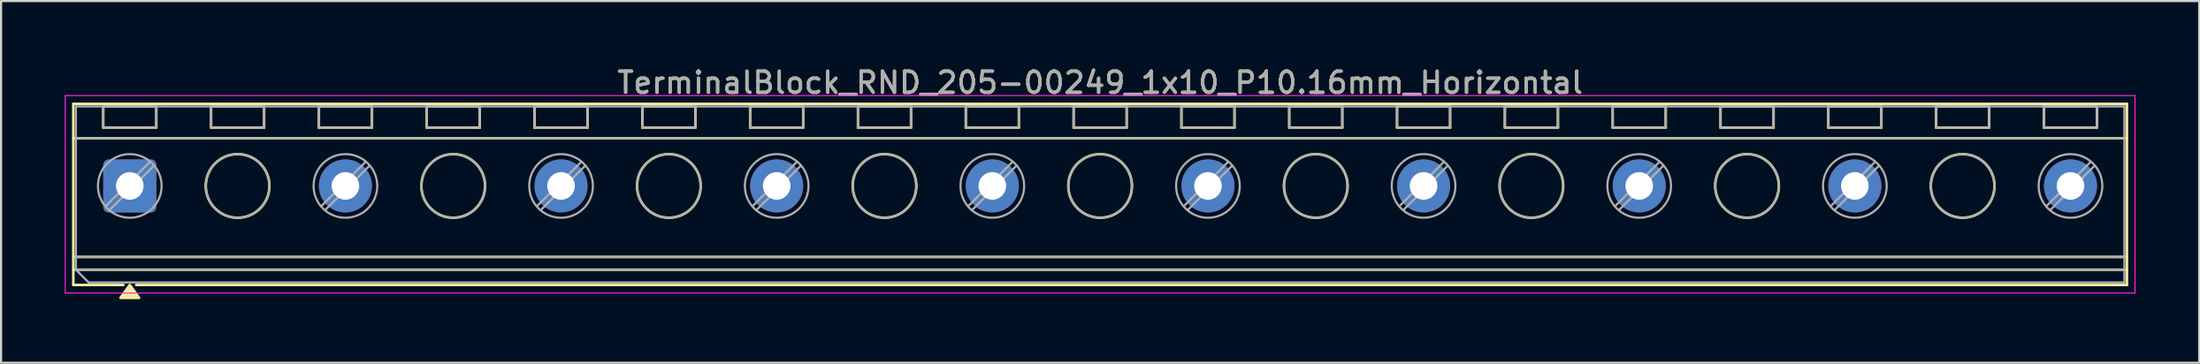
<source format=kicad_pcb>
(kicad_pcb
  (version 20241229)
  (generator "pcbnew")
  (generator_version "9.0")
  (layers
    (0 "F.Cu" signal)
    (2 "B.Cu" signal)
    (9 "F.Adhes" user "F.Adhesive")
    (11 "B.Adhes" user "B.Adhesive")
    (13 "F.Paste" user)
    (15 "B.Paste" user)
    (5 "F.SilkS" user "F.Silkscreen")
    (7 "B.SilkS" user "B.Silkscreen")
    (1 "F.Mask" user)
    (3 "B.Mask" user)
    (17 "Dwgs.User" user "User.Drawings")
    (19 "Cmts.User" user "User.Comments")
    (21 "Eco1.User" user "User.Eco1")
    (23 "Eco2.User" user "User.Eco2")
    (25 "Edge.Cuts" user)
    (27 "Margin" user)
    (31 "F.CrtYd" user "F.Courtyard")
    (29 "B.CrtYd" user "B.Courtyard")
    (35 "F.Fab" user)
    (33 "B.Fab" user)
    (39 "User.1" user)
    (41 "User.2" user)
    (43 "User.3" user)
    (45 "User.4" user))
  (footprint "TerminalBlock_RND_205-00249_1x10_P10.16mm_Horizontal"
    (layer "F.Cu")
    (at 3.065 5.718)
    (property "Reference" "TerminalBlock_RND_205-00249_1x10_P10.16mm_Horizontal" (at 45.72 -4.87 0) (layer "F.SilkS") (effects (font (size 1 1) (thickness 0.15))))
    (attr through_hole)
    (fp_line (start -2.66 -3.87) (end -2.66 4.67) (stroke (width 0.12) (type solid)) (layer "F.SilkS"))
    (fp_line (start -2.66 -3.87) (end 94.1 -3.87) (stroke (width 0.12) (type solid)) (layer "F.SilkS"))
    (fp_line (start -2.66 -2.25) (end 94.1 -2.25) (stroke (width 0.12) (type solid)) (layer "F.SilkS"))
    (fp_line (start -2.66 3.35) (end 94.1 3.35) (stroke (width 0.12) (type solid)) (layer "F.SilkS"))
    (fp_line (start -2.66 3.95) (end 94.1 3.95) (stroke (width 0.12) (type solid)) (layer "F.SilkS"))
    (fp_line (start -2.66 4.67) (end -0.3 4.67) (stroke (width 0.12) (type solid)) (layer "F.SilkS"))
    (fp_line (start -1.25 -3.75) (end -1.25 -2.75) (stroke (width 0.12) (type solid)) (layer "F.SilkS"))
    (fp_line (start -1.25 -3.75) (end 1.25 -3.75) (stroke (width 0.12) (type solid)) (layer "F.SilkS"))
    (fp_line (start -1.25 -2.75) (end 1.25 -2.75) (stroke (width 0.12) (type solid)) (layer "F.SilkS"))
    (fp_line (start 0.3 4.67) (end 94.1 4.67) (stroke (width 0.12) (type solid)) (layer "F.SilkS"))
    (fp_line (start 1.25 -3.75) (end 1.25 -2.75) (stroke (width 0.12) (type solid)) (layer "F.SilkS"))
    (fp_line (start 3.83 -3.75) (end 3.83 -2.75) (stroke (width 0.12) (type solid)) (layer "F.SilkS"))
    (fp_line (start 3.83 -3.75) (end 6.33 -3.75) (stroke (width 0.12) (type solid)) (layer "F.SilkS"))
    (fp_line (start 3.83 -2.75) (end 6.33 -2.75) (stroke (width 0.12) (type solid)) (layer "F.SilkS"))
    (fp_line (start 6.33 -3.75) (end 6.33 -2.75) (stroke (width 0.12) (type solid)) (layer "F.SilkS"))
    (fp_line (start 8.91 -3.75) (end 8.91 -2.75) (stroke (width 0.12) (type solid)) (layer "F.SilkS"))
    (fp_line (start 8.91 -3.75) (end 11.41 -3.75) (stroke (width 0.12) (type solid)) (layer "F.SilkS"))
    (fp_line (start 8.91 -2.75) (end 11.41 -2.75) (stroke (width 0.12) (type solid)) (layer "F.SilkS"))
    (fp_line (start 11.41 -3.75) (end 11.41 -2.75) (stroke (width 0.12) (type solid)) (layer "F.SilkS"))
    (fp_line (start 13.99 -3.75) (end 13.99 -2.75) (stroke (width 0.12) (type solid)) (layer "F.SilkS"))
    (fp_line (start 13.99 -3.75) (end 16.49 -3.75) (stroke (width 0.12) (type solid)) (layer "F.SilkS"))
    (fp_line (start 13.99 -2.75) (end 16.49 -2.75) (stroke (width 0.12) (type solid)) (layer "F.SilkS"))
    (fp_line (start 16.49 -3.75) (end 16.49 -2.75) (stroke (width 0.12) (type solid)) (layer "F.SilkS"))
    (fp_line (start 19.07 -3.75) (end 19.07 -2.75) (stroke (width 0.12) (type solid)) (layer "F.SilkS"))
    (fp_line (start 19.07 -3.75) (end 21.57 -3.75) (stroke (width 0.12) (type solid)) (layer "F.SilkS"))
    (fp_line (start 19.07 -2.75) (end 21.57 -2.75) (stroke (width 0.12) (type solid)) (layer "F.SilkS"))
    (fp_line (start 21.57 -3.75) (end 21.57 -2.75) (stroke (width 0.12) (type solid)) (layer "F.SilkS"))
    (fp_line (start 24.15 -3.75) (end 24.15 -2.75) (stroke (width 0.12) (type solid)) (layer "F.SilkS"))
    (fp_line (start 24.15 -3.75) (end 26.65 -3.75) (stroke (width 0.12) (type solid)) (layer "F.SilkS"))
    (fp_line (start 24.15 -2.75) (end 26.65 -2.75) (stroke (width 0.12) (type solid)) (layer "F.SilkS"))
    (fp_line (start 26.65 -3.75) (end 26.65 -2.75) (stroke (width 0.12) (type solid)) (layer "F.SilkS"))
    (fp_line (start 29.23 -3.75) (end 29.23 -2.75) (stroke (width 0.12) (type solid)) (layer "F.SilkS"))
    (fp_line (start 29.23 -3.75) (end 31.73 -3.75) (stroke (width 0.12) (type solid)) (layer "F.SilkS"))
    (fp_line (start 29.23 -2.75) (end 31.73 -2.75) (stroke (width 0.12) (type solid)) (layer "F.SilkS"))
    (fp_line (start 31.73 -3.75) (end 31.73 -2.75) (stroke (width 0.12) (type solid)) (layer "F.SilkS"))
    (fp_line (start 34.31 -3.75) (end 34.31 -2.75) (stroke (width 0.12) (type solid)) (layer "F.SilkS"))
    (fp_line (start 34.31 -3.75) (end 36.81 -3.75) (stroke (width 0.12) (type solid)) (layer "F.SilkS"))
    (fp_line (start 34.31 -2.75) (end 36.81 -2.75) (stroke (width 0.12) (type solid)) (layer "F.SilkS"))
    (fp_line (start 36.81 -3.75) (end 36.81 -2.75) (stroke (width 0.12) (type solid)) (layer "F.SilkS"))
    (fp_line (start 39.39 -3.75) (end 39.39 -2.75) (stroke (width 0.12) (type solid)) (layer "F.SilkS"))
    (fp_line (start 39.39 -3.75) (end 41.89 -3.75) (stroke (width 0.12) (type solid)) (layer "F.SilkS"))
    (fp_line (start 39.39 -2.75) (end 41.89 -2.75) (stroke (width 0.12) (type solid)) (layer "F.SilkS"))
    (fp_line (start 41.89 -3.75) (end 41.89 -2.75) (stroke (width 0.12) (type solid)) (layer "F.SilkS"))
    (fp_line (start 44.47 -3.75) (end 44.47 -2.75) (stroke (width 0.12) (type solid)) (layer "F.SilkS"))
    (fp_line (start 44.47 -3.75) (end 46.97 -3.75) (stroke (width 0.12) (type solid)) (layer "F.SilkS"))
    (fp_line (start 44.47 -2.75) (end 46.97 -2.75) (stroke (width 0.12) (type solid)) (layer "F.SilkS"))
    (fp_line (start 46.97 -3.75) (end 46.97 -2.75) (stroke (width 0.12) (type solid)) (layer "F.SilkS"))
    (fp_line (start 49.55 -3.75) (end 49.55 -2.75) (stroke (width 0.12) (type solid)) (layer "F.SilkS"))
    (fp_line (start 49.55 -3.75) (end 52.05 -3.75) (stroke (width 0.12) (type solid)) (layer "F.SilkS"))
    (fp_line (start 49.55 -2.75) (end 52.05 -2.75) (stroke (width 0.12) (type solid)) (layer "F.SilkS"))
    (fp_line (start 52.05 -3.75) (end 52.05 -2.75) (stroke (width 0.12) (type solid)) (layer "F.SilkS"))
    (fp_line (start 54.63 -3.75) (end 54.63 -2.75) (stroke (width 0.12) (type solid)) (layer "F.SilkS"))
    (fp_line (start 54.63 -3.75) (end 57.13 -3.75) (stroke (width 0.12) (type solid)) (layer "F.SilkS"))
    (fp_line (start 54.63 -2.75) (end 57.13 -2.75) (stroke (width 0.12) (type solid)) (layer "F.SilkS"))
    (fp_line (start 57.13 -3.75) (end 57.13 -2.75) (stroke (width 0.12) (type solid)) (layer "F.SilkS"))
    (fp_line (start 59.71 -3.75) (end 59.71 -2.75) (stroke (width 0.12) (type solid)) (layer "F.SilkS"))
    (fp_line (start 59.71 -3.75) (end 62.21 -3.75) (stroke (width 0.12) (type solid)) (layer "F.SilkS"))
    (fp_line (start 59.71 -2.75) (end 62.21 -2.75) (stroke (width 0.12) (type solid)) (layer "F.SilkS"))
    (fp_line (start 62.21 -3.75) (end 62.21 -2.75) (stroke (width 0.12) (type solid)) (layer "F.SilkS"))
    (fp_line (start 64.79 -3.75) (end 64.79 -2.75) (stroke (width 0.12) (type solid)) (layer "F.SilkS"))
    (fp_line (start 64.79 -3.75) (end 67.29 -3.75) (stroke (width 0.12) (type solid)) (layer "F.SilkS"))
    (fp_line (start 64.79 -2.75) (end 67.29 -2.75) (stroke (width 0.12) (type solid)) (layer "F.SilkS"))
    (fp_line (start 67.29 -3.75) (end 67.29 -2.75) (stroke (width 0.12) (type solid)) (layer "F.SilkS"))
    (fp_line (start 69.87 -3.75) (end 69.87 -2.75) (stroke (width 0.12) (type solid)) (layer "F.SilkS"))
    (fp_line (start 69.87 -3.75) (end 72.37 -3.75) (stroke (width 0.12) (type solid)) (layer "F.SilkS"))
    (fp_line (start 69.87 -2.75) (end 72.37 -2.75) (stroke (width 0.12) (type solid)) (layer "F.SilkS"))
    (fp_line (start 72.37 -3.75) (end 72.37 -2.75) (stroke (width 0.12) (type solid)) (layer "F.SilkS"))
    (fp_line (start 74.95 -3.75) (end 74.95 -2.75) (stroke (width 0.12) (type solid)) (layer "F.SilkS"))
    (fp_line (start 74.95 -3.75) (end 77.45 -3.75) (stroke (width 0.12) (type solid)) (layer "F.SilkS"))
    (fp_line (start 74.95 -2.75) (end 77.45 -2.75) (stroke (width 0.12) (type solid)) (layer "F.SilkS"))
    (fp_line (start 77.45 -3.75) (end 77.45 -2.75) (stroke (width 0.12) (type solid)) (layer "F.SilkS"))
    (fp_line (start 80.03 -3.75) (end 80.03 -2.75) (stroke (width 0.12) (type solid)) (layer "F.SilkS"))
    (fp_line (start 80.03 -3.75) (end 82.53 -3.75) (stroke (width 0.12) (type solid)) (layer "F.SilkS"))
    (fp_line (start 80.03 -2.75) (end 82.53 -2.75) (stroke (width 0.12) (type solid)) (layer "F.SilkS"))
    (fp_line (start 82.53 -3.75) (end 82.53 -2.75) (stroke (width 0.12) (type solid)) (layer "F.SilkS"))
    (fp_line (start 85.11 -3.75) (end 85.11 -2.75) (stroke (width 0.12) (type solid)) (layer "F.SilkS"))
    (fp_line (start 85.11 -3.75) (end 87.61 -3.75) (stroke (width 0.12) (type solid)) (layer "F.SilkS"))
    (fp_line (start 85.11 -2.75) (end 87.61 -2.75) (stroke (width 0.12) (type solid)) (layer "F.SilkS"))
    (fp_line (start 87.61 -3.75) (end 87.61 -2.75) (stroke (width 0.12) (type solid)) (layer "F.SilkS"))
    (fp_line (start 90.19 -3.75) (end 90.19 -2.75) (stroke (width 0.12) (type solid)) (layer "F.SilkS"))
    (fp_line (start 90.19 -3.75) (end 92.69 -3.75) (stroke (width 0.12) (type solid)) (layer "F.SilkS"))
    (fp_line (start 90.19 -2.75) (end 92.69 -2.75) (stroke (width 0.12) (type solid)) (layer "F.SilkS"))
    (fp_line (start 92.69 -3.75) (end 92.69 -2.75) (stroke (width 0.12) (type solid)) (layer "F.SilkS"))
    (fp_line (start 94.1 -3.87) (end 94.1 4.67) (stroke (width 0.12) (type solid)) (layer "F.SilkS"))
    (fp_circle (center 5.08 0) (end 6.58 0) (stroke (width 0.12) (type solid)) (fill no) (layer "F.SilkS"))
    (fp_circle (center 15.24 0) (end 16.74 0) (stroke (width 0.12) (type solid)) (fill no) (layer "F.SilkS"))
    (fp_circle (center 25.4 0) (end 26.9 0) (stroke (width 0.12) (type solid)) (fill no) (layer "F.SilkS"))
    (fp_circle (center 35.56 0) (end 37.06 0) (stroke (width 0.12) (type solid)) (fill no) (layer "F.SilkS"))
    (fp_circle (center 45.72 0) (end 47.22 0) (stroke (width 0.12) (type solid)) (fill no) (layer "F.SilkS"))
    (fp_circle (center 55.88 0) (end 57.38 0) (stroke (width 0.12) (type solid)) (fill no) (layer "F.SilkS"))
    (fp_circle (center 66.04 0) (end 67.54 0) (stroke (width 0.12) (type solid)) (fill no) (layer "F.SilkS"))
    (fp_circle (center 76.2 0) (end 77.7 0) (stroke (width 0.12) (type solid)) (fill no) (layer "F.SilkS"))
    (fp_circle (center 86.36 0) (end 87.86 0) (stroke (width 0.12) (type solid)) (fill no) (layer "F.SilkS"))
    (fp_poly (pts (xy 0 4.67) (xy 0.44 5.28) (xy -0.44 5.28)) (stroke (width 0.12) (type solid)) (fill yes) (layer "F.SilkS"))
    (fp_line (start -3.04 -4.26) (end -3.04 5.05) (stroke (width 0.05) (type solid)) (layer "F.CrtYd"))
    (fp_line (start -3.04 5.05) (end 94.48 5.05) (stroke (width 0.05) (type solid)) (layer "F.CrtYd"))
    (fp_line (start 94.48 -4.26) (end -3.04 -4.26) (stroke (width 0.05) (type solid)) (layer "F.CrtYd"))
    (fp_line (start 94.48 5.05) (end 94.48 -4.26) (stroke (width 0.05) (type solid)) (layer "F.CrtYd"))
    (fp_line (start -2.54 -3.75) (end 93.98 -3.75) (stroke (width 0.1) (type solid)) (layer "F.Fab"))
    (fp_line (start -2.54 -2.25) (end 93.98 -2.25) (stroke (width 0.1) (type solid)) (layer "F.Fab"))
    (fp_line (start -2.54 3.35) (end 93.98 3.35) (stroke (width 0.1) (type solid)) (layer "F.Fab"))
    (fp_line (start -2.54 3.95) (end -2.54 -3.75) (stroke (width 0.1) (type solid)) (layer "F.Fab"))
    (fp_line (start -2.54 3.95) (end 93.98 3.95) (stroke (width 0.1) (type solid)) (layer "F.Fab"))
    (fp_line (start -1.94 4.55) (end -2.54 3.95) (stroke (width 0.1) (type solid)) (layer "F.Fab"))
    (fp_line (start -1.25 -3.75) (end -1.25 -2.75) (stroke (width 0.1) (type solid)) (layer "F.Fab"))
    (fp_line (start -1.25 -2.75) (end 1.25 -2.75) (stroke (width 0.1) (type solid)) (layer "F.Fab"))
    (fp_line (start 0.955 -1.138) (end -1.138 0.955) (stroke (width 0.1) (type solid)) (layer "F.Fab"))
    (fp_line (start 1.138 -0.955) (end -0.955 1.138) (stroke (width 0.1) (type solid)) (layer "F.Fab"))
    (fp_line (start 1.25 -3.75) (end -1.25 -3.75) (stroke (width 0.1) (type solid)) (layer "F.Fab"))
    (fp_line (start 1.25 -2.75) (end 1.25 -3.75) (stroke (width 0.1) (type solid)) (layer "F.Fab"))
    (fp_line (start 3.83 -3.75) (end 3.83 -2.75) (stroke (width 0.1) (type solid)) (layer "F.Fab"))
    (fp_line (start 3.83 -2.75) (end 6.33 -2.75) (stroke (width 0.1) (type solid)) (layer "F.Fab"))
    (fp_line (start 6.33 -3.75) (end 3.83 -3.75) (stroke (width 0.1) (type solid)) (layer "F.Fab"))
    (fp_line (start 6.33 -2.75) (end 6.33 -3.75) (stroke (width 0.1) (type solid)) (layer "F.Fab"))
    (fp_line (start 8.91 -3.75) (end 8.91 -2.75) (stroke (width 0.1) (type solid)) (layer "F.Fab"))
    (fp_line (start 8.91 -2.75) (end 11.41 -2.75) (stroke (width 0.1) (type solid)) (layer "F.Fab"))
    (fp_line (start 11.115 -1.138) (end 9.022 0.955) (stroke (width 0.1) (type solid)) (layer "F.Fab"))
    (fp_line (start 11.298 -0.955) (end 9.205 1.138) (stroke (width 0.1) (type solid)) (layer "F.Fab"))
    (fp_line (start 11.41 -3.75) (end 8.91 -3.75) (stroke (width 0.1) (type solid)) (layer "F.Fab"))
    (fp_line (start 11.41 -2.75) (end 11.41 -3.75) (stroke (width 0.1) (type solid)) (layer "F.Fab"))
    (fp_line (start 13.99 -3.75) (end 13.99 -2.75) (stroke (width 0.1) (type solid)) (layer "F.Fab"))
    (fp_line (start 13.99 -2.75) (end 16.49 -2.75) (stroke (width 0.1) (type solid)) (layer "F.Fab"))
    (fp_line (start 16.49 -3.75) (end 13.99 -3.75) (stroke (width 0.1) (type solid)) (layer "F.Fab"))
    (fp_line (start 16.49 -2.75) (end 16.49 -3.75) (stroke (width 0.1) (type solid)) (layer "F.Fab"))
    (fp_line (start 19.07 -3.75) (end 19.07 -2.75) (stroke (width 0.1) (type solid)) (layer "F.Fab"))
    (fp_line (start 19.07 -2.75) (end 21.57 -2.75) (stroke (width 0.1) (type solid)) (layer "F.Fab"))
    (fp_line (start 21.275 -1.138) (end 19.182 0.955) (stroke (width 0.1) (type solid)) (layer "F.Fab"))
    (fp_line (start 21.458 -0.955) (end 19.365 1.138) (stroke (width 0.1) (type solid)) (layer "F.Fab"))
    (fp_line (start 21.57 -3.75) (end 19.07 -3.75) (stroke (width 0.1) (type solid)) (layer "F.Fab"))
    (fp_line (start 21.57 -2.75) (end 21.57 -3.75) (stroke (width 0.1) (type solid)) (layer "F.Fab"))
    (fp_line (start 24.15 -3.75) (end 24.15 -2.75) (stroke (width 0.1) (type solid)) (layer "F.Fab"))
    (fp_line (start 24.15 -2.75) (end 26.65 -2.75) (stroke (width 0.1) (type solid)) (layer "F.Fab"))
    (fp_line (start 26.65 -3.75) (end 24.15 -3.75) (stroke (width 0.1) (type solid)) (layer "F.Fab"))
    (fp_line (start 26.65 -2.75) (end 26.65 -3.75) (stroke (width 0.1) (type solid)) (layer "F.Fab"))
    (fp_line (start 29.23 -3.75) (end 29.23 -2.75) (stroke (width 0.1) (type solid)) (layer "F.Fab"))
    (fp_line (start 29.23 -2.75) (end 31.73 -2.75) (stroke (width 0.1) (type solid)) (layer "F.Fab"))
    (fp_line (start 31.435 -1.138) (end 29.342 0.955) (stroke (width 0.1) (type solid)) (layer "F.Fab"))
    (fp_line (start 31.618 -0.955) (end 29.525 1.138) (stroke (width 0.1) (type solid)) (layer "F.Fab"))
    (fp_line (start 31.73 -3.75) (end 29.23 -3.75) (stroke (width 0.1) (type solid)) (layer "F.Fab"))
    (fp_line (start 31.73 -2.75) (end 31.73 -3.75) (stroke (width 0.1) (type solid)) (layer "F.Fab"))
    (fp_line (start 34.31 -3.75) (end 34.31 -2.75) (stroke (width 0.1) (type solid)) (layer "F.Fab"))
    (fp_line (start 34.31 -2.75) (end 36.81 -2.75) (stroke (width 0.1) (type solid)) (layer "F.Fab"))
    (fp_line (start 36.81 -3.75) (end 34.31 -3.75) (stroke (width 0.1) (type solid)) (layer "F.Fab"))
    (fp_line (start 36.81 -2.75) (end 36.81 -3.75) (stroke (width 0.1) (type solid)) (layer "F.Fab"))
    (fp_line (start 39.39 -3.75) (end 39.39 -2.75) (stroke (width 0.1) (type solid)) (layer "F.Fab"))
    (fp_line (start 39.39 -2.75) (end 41.89 -2.75) (stroke (width 0.1) (type solid)) (layer "F.Fab"))
    (fp_line (start 41.595 -1.138) (end 39.502 0.955) (stroke (width 0.1) (type solid)) (layer "F.Fab"))
    (fp_line (start 41.778 -0.955) (end 39.685 1.138) (stroke (width 0.1) (type solid)) (layer "F.Fab"))
    (fp_line (start 41.89 -3.75) (end 39.39 -3.75) (stroke (width 0.1) (type solid)) (layer "F.Fab"))
    (fp_line (start 41.89 -2.75) (end 41.89 -3.75) (stroke (width 0.1) (type solid)) (layer "F.Fab"))
    (fp_line (start 44.47 -3.75) (end 44.47 -2.75) (stroke (width 0.1) (type solid)) (layer "F.Fab"))
    (fp_line (start 44.47 -2.75) (end 46.97 -2.75) (stroke (width 0.1) (type solid)) (layer "F.Fab"))
    (fp_line (start 46.97 -3.75) (end 44.47 -3.75) (stroke (width 0.1) (type solid)) (layer "F.Fab"))
    (fp_line (start 46.97 -2.75) (end 46.97 -3.75) (stroke (width 0.1) (type solid)) (layer "F.Fab"))
    (fp_line (start 49.55 -3.75) (end 49.55 -2.75) (stroke (width 0.1) (type solid)) (layer "F.Fab"))
    (fp_line (start 49.55 -2.75) (end 52.05 -2.75) (stroke (width 0.1) (type solid)) (layer "F.Fab"))
    (fp_line (start 51.755 -1.138) (end 49.662 0.955) (stroke (width 0.1) (type solid)) (layer "F.Fab"))
    (fp_line (start 51.938 -0.955) (end 49.845 1.138) (stroke (width 0.1) (type solid)) (layer "F.Fab"))
    (fp_line (start 52.05 -3.75) (end 49.55 -3.75) (stroke (width 0.1) (type solid)) (layer "F.Fab"))
    (fp_line (start 52.05 -2.75) (end 52.05 -3.75) (stroke (width 0.1) (type solid)) (layer "F.Fab"))
    (fp_line (start 54.63 -3.75) (end 54.63 -2.75) (stroke (width 0.1) (type solid)) (layer "F.Fab"))
    (fp_line (start 54.63 -2.75) (end 57.13 -2.75) (stroke (width 0.1) (type solid)) (layer "F.Fab"))
    (fp_line (start 57.13 -3.75) (end 54.63 -3.75) (stroke (width 0.1) (type solid)) (layer "F.Fab"))
    (fp_line (start 57.13 -2.75) (end 57.13 -3.75) (stroke (width 0.1) (type solid)) (layer "F.Fab"))
    (fp_line (start 59.71 -3.75) (end 59.71 -2.75) (stroke (width 0.1) (type solid)) (layer "F.Fab"))
    (fp_line (start 59.71 -2.75) (end 62.21 -2.75) (stroke (width 0.1) (type solid)) (layer "F.Fab"))
    (fp_line (start 61.915 -1.138) (end 59.822 0.955) (stroke (width 0.1) (type solid)) (layer "F.Fab"))
    (fp_line (start 62.098 -0.955) (end 60.005 1.138) (stroke (width 0.1) (type solid)) (layer "F.Fab"))
    (fp_line (start 62.21 -3.75) (end 59.71 -3.75) (stroke (width 0.1) (type solid)) (layer "F.Fab"))
    (fp_line (start 62.21 -2.75) (end 62.21 -3.75) (stroke (width 0.1) (type solid)) (layer "F.Fab"))
    (fp_line (start 64.79 -3.75) (end 64.79 -2.75) (stroke (width 0.1) (type solid)) (layer "F.Fab"))
    (fp_line (start 64.79 -2.75) (end 67.29 -2.75) (stroke (width 0.1) (type solid)) (layer "F.Fab"))
    (fp_line (start 67.29 -3.75) (end 64.79 -3.75) (stroke (width 0.1) (type solid)) (layer "F.Fab"))
    (fp_line (start 67.29 -2.75) (end 67.29 -3.75) (stroke (width 0.1) (type solid)) (layer "F.Fab"))
    (fp_line (start 69.87 -3.75) (end 69.87 -2.75) (stroke (width 0.1) (type solid)) (layer "F.Fab"))
    (fp_line (start 69.87 -2.75) (end 72.37 -2.75) (stroke (width 0.1) (type solid)) (layer "F.Fab"))
    (fp_line (start 72.075 -1.138) (end 69.982 0.955) (stroke (width 0.1) (type solid)) (layer "F.Fab"))
    (fp_line (start 72.258 -0.955) (end 70.165 1.138) (stroke (width 0.1) (type solid)) (layer "F.Fab"))
    (fp_line (start 72.37 -3.75) (end 69.87 -3.75) (stroke (width 0.1) (type solid)) (layer "F.Fab"))
    (fp_line (start 72.37 -2.75) (end 72.37 -3.75) (stroke (width 0.1) (type solid)) (layer "F.Fab"))
    (fp_line (start 74.95 -3.75) (end 74.95 -2.75) (stroke (width 0.1) (type solid)) (layer "F.Fab"))
    (fp_line (start 74.95 -2.75) (end 77.45 -2.75) (stroke (width 0.1) (type solid)) (layer "F.Fab"))
    (fp_line (start 77.45 -3.75) (end 74.95 -3.75) (stroke (width 0.1) (type solid)) (layer "F.Fab"))
    (fp_line (start 77.45 -2.75) (end 77.45 -3.75) (stroke (width 0.1) (type solid)) (layer "F.Fab"))
    (fp_line (start 80.03 -3.75) (end 80.03 -2.75) (stroke (width 0.1) (type solid)) (layer "F.Fab"))
    (fp_line (start 80.03 -2.75) (end 82.53 -2.75) (stroke (width 0.1) (type solid)) (layer "F.Fab"))
    (fp_line (start 82.235 -1.138) (end 80.142 0.955) (stroke (width 0.1) (type solid)) (layer "F.Fab"))
    (fp_line (start 82.418 -0.955) (end 80.325 1.138) (stroke (width 0.1) (type solid)) (layer "F.Fab"))
    (fp_line (start 82.53 -3.75) (end 80.03 -3.75) (stroke (width 0.1) (type solid)) (layer "F.Fab"))
    (fp_line (start 82.53 -2.75) (end 82.53 -3.75) (stroke (width 0.1) (type solid)) (layer "F.Fab"))
    (fp_line (start 85.11 -3.75) (end 85.11 -2.75) (stroke (width 0.1) (type solid)) (layer "F.Fab"))
    (fp_line (start 85.11 -2.75) (end 87.61 -2.75) (stroke (width 0.1) (type solid)) (layer "F.Fab"))
    (fp_line (start 87.61 -3.75) (end 85.11 -3.75) (stroke (width 0.1) (type solid)) (layer "F.Fab"))
    (fp_line (start 87.61 -2.75) (end 87.61 -3.75) (stroke (width 0.1) (type solid)) (layer "F.Fab"))
    (fp_line (start 90.19 -3.75) (end 90.19 -2.75) (stroke (width 0.1) (type solid)) (layer "F.Fab"))
    (fp_line (start 90.19 -2.75) (end 92.69 -2.75) (stroke (width 0.1) (type solid)) (layer "F.Fab"))
    (fp_line (start 92.395 -1.138) (end 90.302 0.955) (stroke (width 0.1) (type solid)) (layer "F.Fab"))
    (fp_line (start 92.578 -0.955) (end 90.485 1.138) (stroke (width 0.1) (type solid)) (layer "F.Fab"))
    (fp_line (start 92.69 -3.75) (end 90.19 -3.75) (stroke (width 0.1) (type solid)) (layer "F.Fab"))
    (fp_line (start 92.69 -2.75) (end 92.69 -3.75) (stroke (width 0.1) (type solid)) (layer "F.Fab"))
    (fp_line (start 93.98 -3.75) (end 93.98 4.55) (stroke (width 0.1) (type solid)) (layer "F.Fab"))
    (fp_line (start 93.98 4.55) (end -1.94 4.55) (stroke (width 0.1) (type solid)) (layer "F.Fab"))
    (fp_circle (center 0 0) (end 1.5 0) (stroke (width 0.1) (type solid)) (fill no) (layer "F.Fab"))
    (fp_circle (center 5.08 0) (end 6.58 0) (stroke (width 0.1) (type solid)) (fill no) (layer "F.Fab"))
    (fp_circle (center 10.16 0) (end 11.66 0) (stroke (width 0.1) (type solid)) (fill no) (layer "F.Fab"))
    (fp_circle (center 15.24 0) (end 16.74 0) (stroke (width 0.1) (type solid)) (fill no) (layer "F.Fab"))
    (fp_circle (center 20.32 0) (end 21.82 0) (stroke (width 0.1) (type solid)) (fill no) (layer "F.Fab"))
    (fp_circle (center 25.4 0) (end 26.9 0) (stroke (width 0.1) (type solid)) (fill no) (layer "F.Fab"))
    (fp_circle (center 30.48 0) (end 31.98 0) (stroke (width 0.1) (type solid)) (fill no) (layer "F.Fab"))
    (fp_circle (center 35.56 0) (end 37.06 0) (stroke (width 0.1) (type solid)) (fill no) (layer "F.Fab"))
    (fp_circle (center 40.64 0) (end 42.14 0) (stroke (width 0.1) (type solid)) (fill no) (layer "F.Fab"))
    (fp_circle (center 45.72 0) (end 47.22 0) (stroke (width 0.1) (type solid)) (fill no) (layer "F.Fab"))
    (fp_circle (center 50.8 0) (end 52.3 0) (stroke (width 0.1) (type solid)) (fill no) (layer "F.Fab"))
    (fp_circle (center 55.88 0) (end 57.38 0) (stroke (width 0.1) (type solid)) (fill no) (layer "F.Fab"))
    (fp_circle (center 60.96 0) (end 62.46 0) (stroke (width 0.1) (type solid)) (fill no) (layer "F.Fab"))
    (fp_circle (center 66.04 0) (end 67.54 0) (stroke (width 0.1) (type solid)) (fill no) (layer "F.Fab"))
    (fp_circle (center 71.12 0) (end 72.62 0) (stroke (width 0.1) (type solid)) (fill no) (layer "F.Fab"))
    (fp_circle (center 76.2 0) (end 77.7 0) (stroke (width 0.1) (type solid)) (fill no) (layer "F.Fab"))
    (fp_circle (center 81.28 0) (end 82.78 0) (stroke (width 0.1) (type solid)) (fill no) (layer "F.Fab"))
    (fp_circle (center 86.36 0) (end 87.86 0) (stroke (width 0.1) (type solid)) (fill no) (layer "F.Fab"))
    (fp_circle (center 91.44 0) (end 92.94 0) (stroke (width 0.1) (type solid)) (fill no) (layer "F.Fab"))
    (fp_text user "${REFERENCE}" (at 45.72 -4.87 0) (layer "F.Fab") (effects (font (size 1 1) (thickness 0.15))))
    (pad "1" thru_hole roundrect (at 0 0) (size 2.5 2.5) (drill 1.3) (layers "*.Cu" "*.Mask") (roundrect_rratio 0.1))
    (pad "2" thru_hole circle (at 10.16 0) (size 2.5 2.5) (drill 1.3) (layers "*.Cu" "*.Mask"))
    (pad "3" thru_hole circle (at 20.32 0) (size 2.5 2.5) (drill 1.3) (layers "*.Cu" "*.Mask"))
    (pad "4" thru_hole circle (at 30.48 0) (size 2.5 2.5) (drill 1.3) (layers "*.Cu" "*.Mask"))
    (pad "5" thru_hole circle (at 40.64 0) (size 2.5 2.5) (drill 1.3) (layers "*.Cu" "*.Mask"))
    (pad "6" thru_hole circle (at 50.8 0) (size 2.5 2.5) (drill 1.3) (layers "*.Cu" "*.Mask"))
    (pad "7" thru_hole circle (at 60.96 0) (size 2.5 2.5) (drill 1.3) (layers "*.Cu" "*.Mask"))
    (pad "8" thru_hole circle (at 71.12 0) (size 2.5 2.5) (drill 1.3) (layers "*.Cu" "*.Mask"))
    (pad "9" thru_hole circle (at 81.28 0) (size 2.5 2.5) (drill 1.3) (layers "*.Cu" "*.Mask"))
    (pad "10" thru_hole circle (at 91.44 0) (size 2.5 2.5) (drill 1.3) (layers "*.Cu" "*.Mask")))
  (gr_rect
    (start -3 -3)
    (end 100.57 14.058)
    (stroke (width 0.1) (type default))
    (fill no)
    (layer "Edge.Cuts")))
</source>
